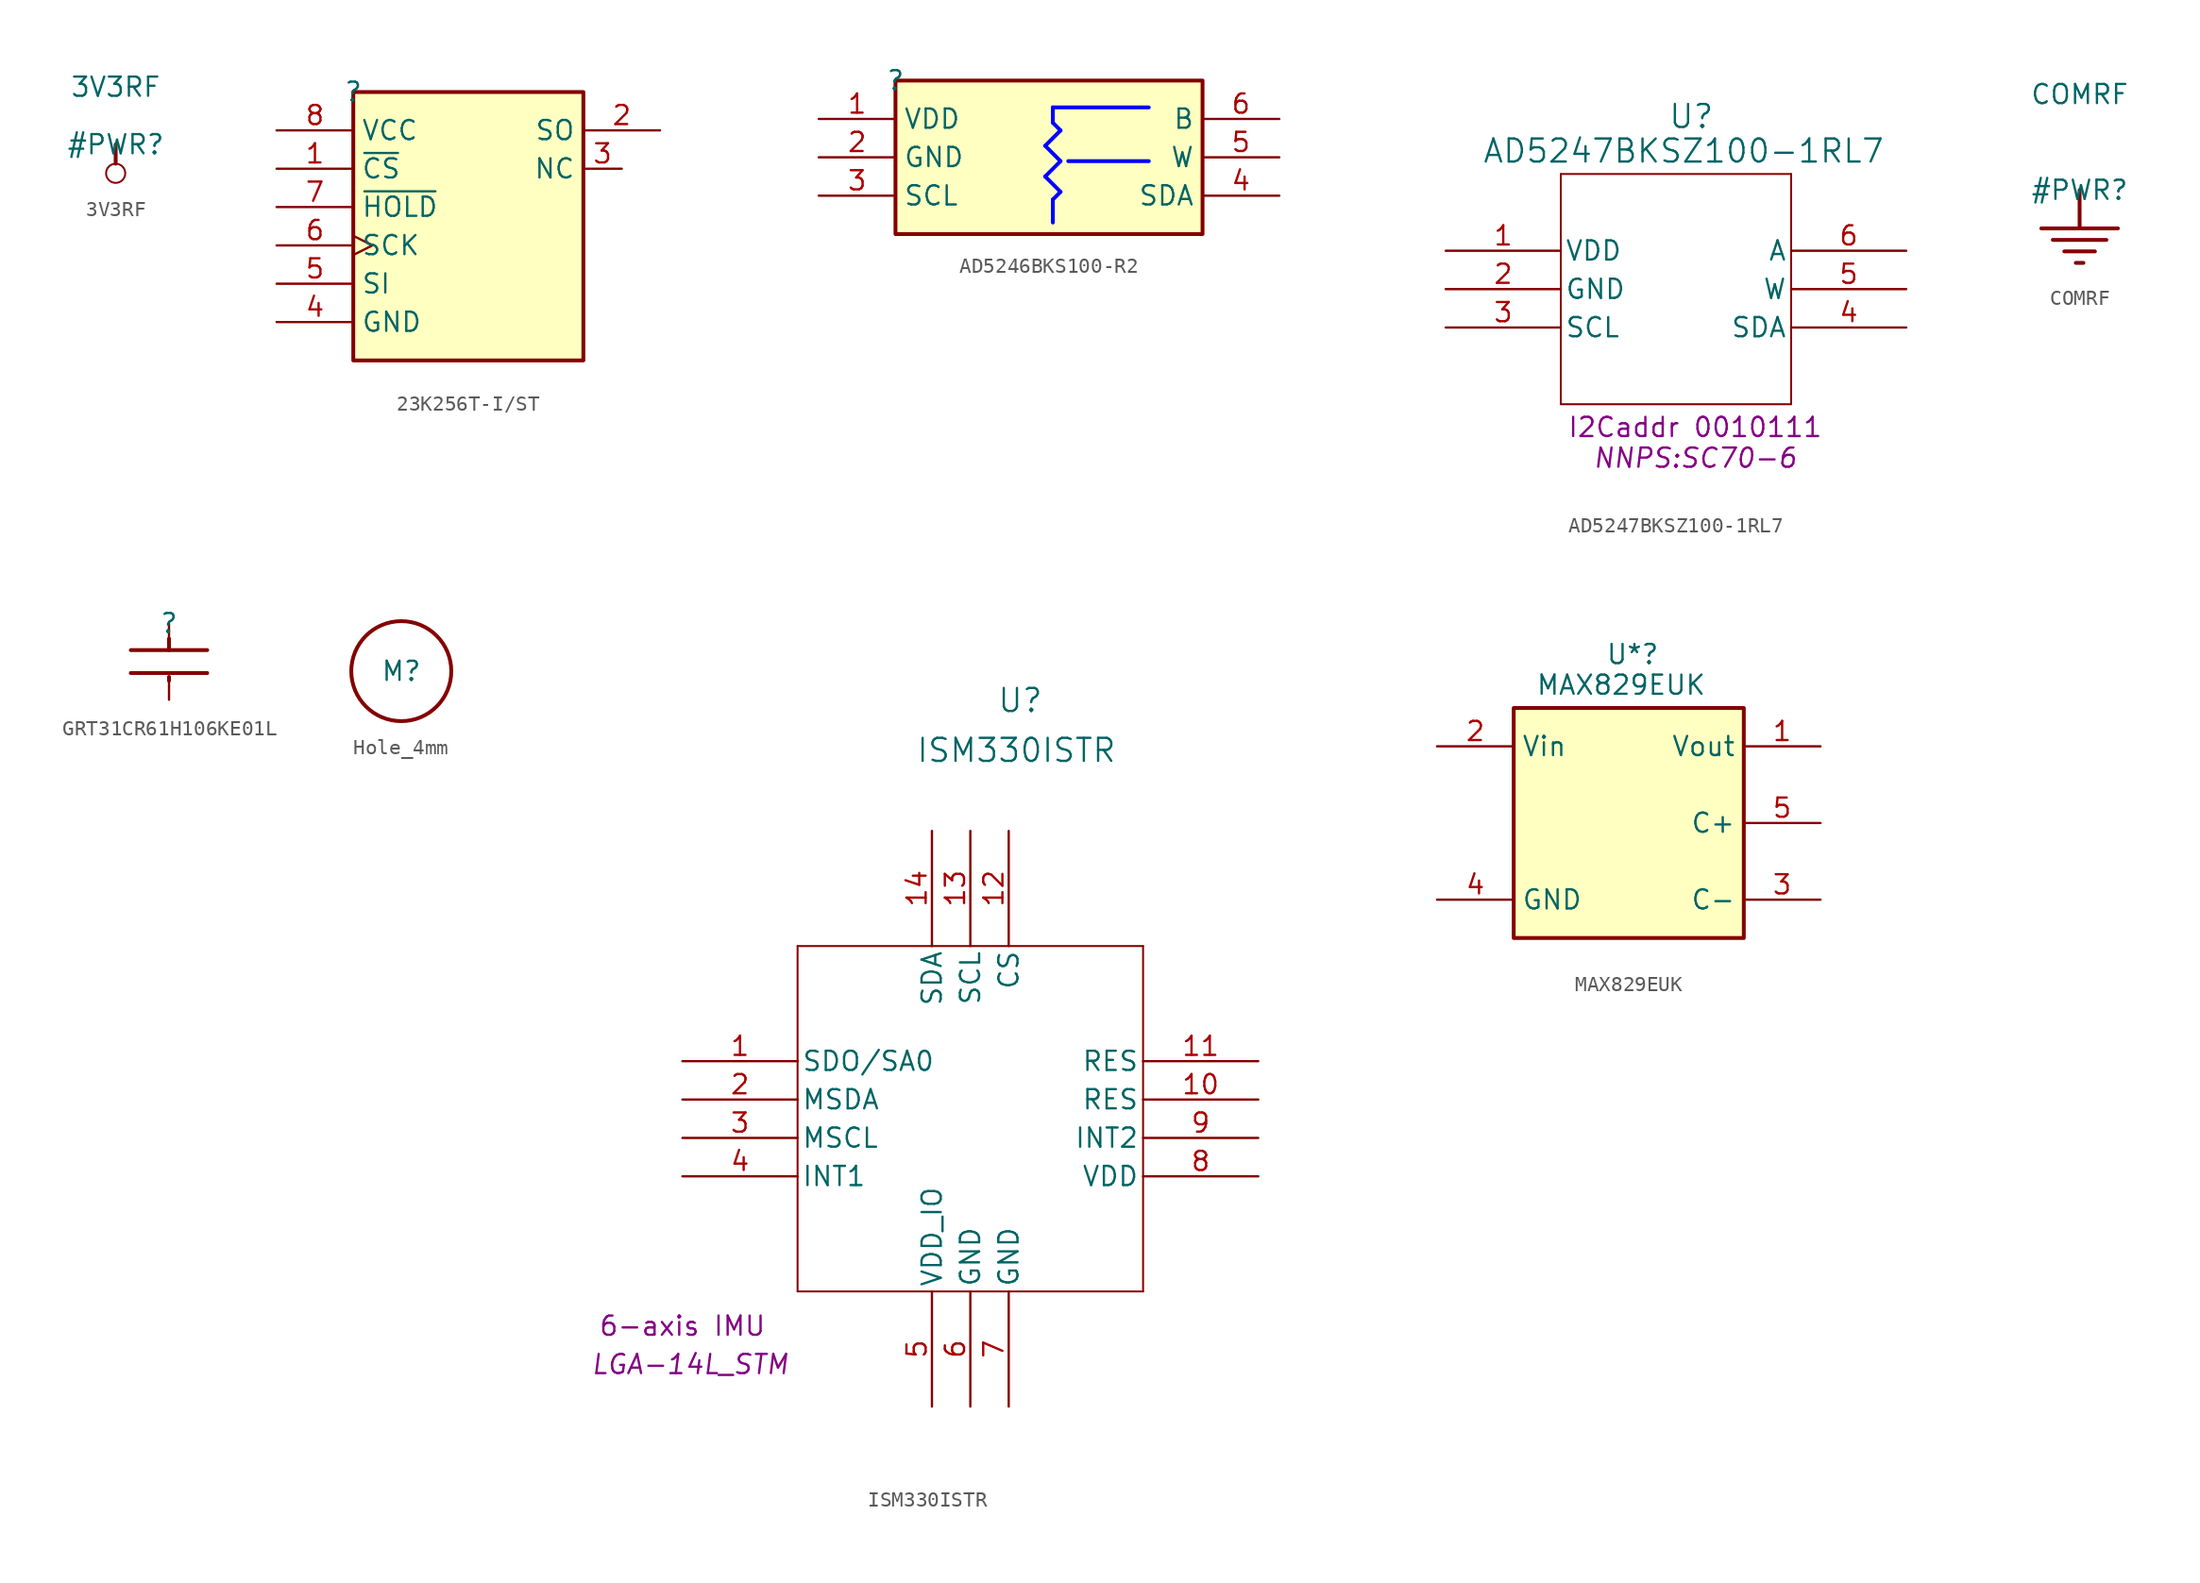
<source format=kicad_sym>
(kicad_symbol_lib
  (version 20231120)
  (generator "kicad_symbol_editor")
  (generator_version "8.0")
  (symbol "3V3RF"
    (power)
    (property "Reference" "#PWR"
      (at 0 0 0)
      (effects (font (size 1.27 1.27))))
    (property "Value" "3V3RF"
      (at 0 3.81 0)
      (effects (font (size 1.27 1.27))))
    (symbol "3V3RF_0_0"
      (circle (center 0 -1.905) (radius 0.635) (stroke (width 0.127) (type solid)) (fill (type none)))
      (polyline (pts (xy 0 0) (xy 0 -1.27)) (stroke (width 0.254) (type solid)) (fill (type none)))
      (pin power_in line (at 0 0 0) (length 0) hide (name "3V3RF" (effects (font (size 1.27 1.27)))) (number "" (effects (font (size 1.27 1.27)))))))
  (symbol "23K256T-I/ST"
    (property "Reference" ""
      (at 0 0 0)
      (effects (font (size 1.27 1.27))))
    (property "Value" ""
      (at 0 0 0)
      (effects (font (size 1.27 1.27))))
    (symbol "23K256T-I/ST_1_0"
      (rectangle (start 15.24 0) (end 0 -17.78) (stroke (width 0.254) (type solid)) (fill (type background)))
      (pin passive line (at -5.08 -5.08 0) (length 5.08) (name "~{CS}" (effects (font (size 1.27 1.27)))) (number "1" (effects (font (size 1.27 1.27)))))
      (pin passive line (at 20.32 -2.54 180) (length 5.08) (name "SO" (effects (font (size 1.27 1.27)))) (number "2" (effects (font (size 1.27 1.27)))))
      (pin passive line (at 17.78 -5.08 180) (length 2.54) (name "NC" (effects (font (size 1.27 1.27)))) (number "3" (effects (font (size 1.27 1.27)))))
      (pin passive line (at -5.08 -15.24 0) (length 5.08) (name "GND" (effects (font (size 1.27 1.27)))) (number "4" (effects (font (size 1.27 1.27)))))
      (pin passive line (at -5.08 -12.7 0) (length 5.08) (name "SI" (effects (font (size 1.27 1.27)))) (number "5" (effects (font (size 1.27 1.27)))))
      (pin passive clock (at -5.08 -10.16 0) (length 5.08) (name "SCK" (effects (font (size 1.27 1.27)))) (number "6" (effects (font (size 1.27 1.27)))))
      (pin passive line (at -5.08 -7.62 0) (length 5.08) (name "~{HOLD}" (effects (font (size 1.27 1.27)))) (number "7" (effects (font (size 1.27 1.27)))))
      (pin passive line (at -5.08 -2.54 0) (length 5.08) (name "VCC" (effects (font (size 1.27 1.27)))) (number "8" (effects (font (size 1.27 1.27)))))))
  (symbol "AD5246BKS100-R2"
    (property "Reference" ""
      (at 0 0 0)
      (effects (font (size 1.27 1.27))))
    (property "Value" ""
      (at 0 0 0)
      (effects (font (size 1.27 1.27))))
    (symbol "AD5246BKS100-R2_1_0"
      (polyline (pts (xy 9.906 -6.35) (xy 10.922 -7.366)) (stroke (width 0.254) (type solid) (color 0 0 255 1)) (fill (type none)))
      (polyline (pts (xy 9.906 -6.35) (xy 10.922 -5.334)) (stroke (width 0.254) (type solid) (color 0 0 255 1)) (fill (type none)))
      (polyline (pts (xy 9.906 -4.318) (xy 10.922 -5.334)) (stroke (width 0.254) (type solid) (color 0 0 255 1)) (fill (type none)))
      (polyline (pts (xy 9.906 -4.318) (xy 10.922 -3.302)) (stroke (width 0.254) (type solid) (color 0 0 255 1)) (fill (type none)))
      (polyline (pts (xy 10.414 -7.874) (xy 10.414 -9.398)) (stroke (width 0.254) (type solid) (color 0 0 255 1)) (fill (type none)))
      (polyline (pts (xy 10.414 -7.874) (xy 10.922 -7.366)) (stroke (width 0.254) (type solid) (color 0 0 255 1)) (fill (type none)))
      (polyline (pts (xy 10.414 -2.794) (xy 10.414 -1.778)) (stroke (width 0.254) (type solid) (color 0 0 255 1)) (fill (type none)))
      (polyline (pts (xy 10.414 -2.794) (xy 10.922 -3.302)) (stroke (width 0.254) (type solid) (color 0 0 255 1)) (fill (type none)))
      (polyline (pts (xy 10.414 -1.778) (xy 16.764 -1.778)) (stroke (width 0.254) (type solid) (color 0 0 255 1)) (fill (type none)))
      (polyline (pts (xy 16.764 -5.334) (xy 11.43 -5.334)) (stroke (width 0.254) (type solid) (color 0 0 255 1)) (fill (type none)))
      (rectangle (start 0 0) (end 20.32 -10.16) (stroke (width 0.254) (type solid)) (fill (type background)))
      (pin passive line (at -5.08 -2.54 0) (length 5.08) (name "VDD" (effects (font (size 1.27 1.27)))) (number "1" (effects (font (size 1.27 1.27)))))
      (pin passive line (at -5.08 -5.08 0) (length 5.08) (name "GND" (effects (font (size 1.27 1.27)))) (number "2" (effects (font (size 1.27 1.27)))))
      (pin passive line (at -5.08 -7.62 0) (length 5.08) (name "SCL" (effects (font (size 1.27 1.27)))) (number "3" (effects (font (size 1.27 1.27)))))
      (pin passive line (at 25.4 -7.62 180) (length 5.08) (name "SDA" (effects (font (size 1.27 1.27)))) (number "4" (effects (font (size 1.27 1.27)))))
      (pin passive line (at 25.4 -5.08 180) (length 5.08) (name "W" (effects (font (size 1.27 1.27)))) (number "5" (effects (font (size 1.27 1.27)))))
      (pin passive line (at 25.4 -2.54 180) (length 5.08) (name "B" (effects (font (size 1.27 1.27)))) (number "6" (effects (font (size 1.27 1.27)))))))
  (symbol "AD5247BKSZ100-1RL7"
    (pin_names
      (offset 0.254))
    (property "Reference" "U"
      (at 16.256 8.89 0)
      (effects (font (size 1.524 1.524))))
    (property "Value" "AD5247BKSZ100-1RL7"
      (at 15.748 6.604 0)
      (effects (font (size 1.524 1.524))))
    (property "Footprint" "NNPS:SC70-6"
      (at 16.51 -13.716 0)
      (effects (font (size 1.27 1.27) (italic yes))))
    (property "Note" "I2Caddr 0010111"
      (at 16.51 -11.684 0)
      (effects (font (size 1.27 1.27))))
    (symbol "AD5247BKSZ100-1RL7_0_1"
      (polyline (pts (xy 7.62 -10.16) (xy 22.86 -10.16)) (stroke (width 0.127) (type default)) (fill (type none)))
      (polyline (pts (xy 7.62 5.08) (xy 7.62 -10.16)) (stroke (width 0.127) (type default)) (fill (type none)))
      (polyline (pts (xy 22.86 -10.16) (xy 22.86 5.08)) (stroke (width 0.127) (type default)) (fill (type none)))
      (polyline (pts (xy 22.86 5.08) (xy 7.62 5.08)) (stroke (width 0.127) (type default)) (fill (type none))))
    (symbol "AD5247BKSZ100-1RL7_1_1"
      (pin passive line (at 0 0 0) (length 7.62) (name "VDD" (effects (font (size 1.27 1.27)))) (number "1" (effects (font (size 1.27 1.27)))))
      (pin passive line (at 0 -2.54 0) (length 7.62) (name "GND" (effects (font (size 1.27 1.27)))) (number "2" (effects (font (size 1.27 1.27)))))
      (pin passive line (at 0 -5.08 0) (length 7.62) (name "SCL" (effects (font (size 1.27 1.27)))) (number "3" (effects (font (size 1.27 1.27)))))
      (pin passive line (at 30.48 -5.08 180) (length 7.62) (name "SDA" (effects (font (size 1.27 1.27)))) (number "4" (effects (font (size 1.27 1.27)))))
      (pin passive line (at 30.48 -2.54 180) (length 7.62) (name "W" (effects (font (size 1.27 1.27)))) (number "5" (effects (font (size 1.27 1.27)))))
      (pin passive line (at 30.48 0 180) (length 7.62) (name "A" (effects (font (size 1.27 1.27)))) (number "6" (effects (font (size 1.27 1.27)))))))
  (symbol "COMRF"
    (power)
    (property "Reference" "#PWR"
      (at 0 0 0)
      (effects (font (size 1.27 1.27))))
    (property "Value" "COMRF"
      (at 0 6.35 0)
      (effects (font (size 1.27 1.27))))
    (symbol "COMRF_0_0"
      (polyline (pts (xy -2.54 -2.54) (xy 2.54 -2.54)) (stroke (width 0.254) (type solid)) (fill (type none)))
      (polyline (pts (xy -1.778 -3.302) (xy 1.778 -3.302)) (stroke (width 0.254) (type solid)) (fill (type none)))
      (polyline (pts (xy -1.016 -4.064) (xy 1.016 -4.064)) (stroke (width 0.254) (type solid)) (fill (type none)))
      (polyline (pts (xy -0.254 -4.826) (xy 0.254 -4.826)) (stroke (width 0.254) (type solid)) (fill (type none)))
      (polyline (pts (xy 0 0) (xy 0 -2.54)) (stroke (width 0.254) (type solid)) (fill (type none)))
      (pin power_in line (at 0 0 0) (length 0) hide (name "COMRF" (effects (font (size 1.27 1.27)))) (number "" (effects (font (size 1.27 1.27)))))))
  (symbol "GRT31CR61H106KE01L"
    (property "Reference" ""
      (at 0 0 0)
      (effects (font (size 1.27 1.27))))
    (property "Value" ""
      (at 0 0 0)
      (effects (font (size 1.27 1.27))))
    (symbol "GRT31CR61H106KE01L_1_0"
      (polyline (pts (xy 0 -3.556) (xy 0 -3.81)) (stroke (width 0.254) (type solid)) (fill (type none)))
      (polyline (pts (xy 0 -1.778) (xy 0 -1.016)) (stroke (width 0.254) (type solid)) (fill (type none)))
      (polyline (pts (xy 2.54 -3.302) (xy -2.54 -3.302)) (stroke (width 0.254) (type solid)) (fill (type none)))
      (polyline (pts (xy 2.54 -1.778) (xy -2.54 -1.778)) (stroke (width 0.254) (type solid)) (fill (type none)))
      (pin passive line (at 0 0 270) (length 1.778) (name "1" (effects (font (size 0 0)))) (number "1" (effects (font (size 0 0)))))
      (pin passive line (at 0 -5.08 90) (length 1.524) (name "2" (effects (font (size 0 0)))) (number "2" (effects (font (size 0 0)))))))
  (symbol "Hole_4mm"
    (property "Reference" "M"
      (at 0 0 0)
      (effects (font (size 1.27 1.27))))
    (property "Value" ""
      (at 0 0 0)
      (effects (font (size 1.27 1.27))))
    (symbol "Hole_4mm_1_1"
      (circle (center 0 0) (radius 3.312) (stroke (width 0.254) (type default)) (fill (type none)))))
  (symbol "ISM330ISTR"
    (pin_names
      (offset 0.254))
    (property "Reference" "U"
      (at 3.302 27.686 0)
      (effects (font (size 1.524 1.524))))
    (property "Value" "ISM330ISTR"
      (at 3.048 24.384 0)
      (effects (font (size 1.524 1.524))))
    (property "Footprint" "LGA-14L_STM"
      (at -18.542 -16.256 0)
      (effects (font (size 1.27 1.27) (italic yes))))
    (property "Description" "6-axis IMU"
      (at -19.05 -13.716 0)
      (effects (font (size 1.27 1.27))))
    (symbol "ISM330ISTR_0_1"
      (polyline (pts (xy -11.43 -11.43) (xy 11.43 -11.43)) (stroke (width 0.127) (type default)) (fill (type none)))
      (polyline (pts (xy -11.43 11.43) (xy -11.43 -11.43)) (stroke (width 0.127) (type default)) (fill (type none)))
      (polyline (pts (xy 11.43 -11.43) (xy 11.43 11.43)) (stroke (width 0.127) (type default)) (fill (type none)))
      (polyline (pts (xy 11.43 11.43) (xy -11.43 11.43)) (stroke (width 0.127) (type default)) (fill (type none))))
    (symbol "ISM330ISTR_1_1"
      (pin passive line (at -19.05 3.81 0) (length 7.62) (name "SDO/SA0" (effects (font (size 1.27 1.27)))) (number "1" (effects (font (size 1.27 1.27)))))
      (pin passive line (at 19.05 1.27 180) (length 7.62) (name "RES" (effects (font (size 1.27 1.27)))) (number "10" (effects (font (size 1.27 1.27)))))
      (pin passive line (at 19.05 3.81 180) (length 7.62) (name "RES" (effects (font (size 1.27 1.27)))) (number "11" (effects (font (size 1.27 1.27)))))
      (pin passive line (at 2.54 19.05 270) (length 7.62) (name "CS" (effects (font (size 1.27 1.27)))) (number "12" (effects (font (size 1.27 1.27)))))
      (pin passive line (at 0 19.05 270) (length 7.62) (name "SCL" (effects (font (size 1.27 1.27)))) (number "13" (effects (font (size 1.27 1.27)))))
      (pin passive line (at -2.54 19.05 270) (length 7.62) (name "SDA" (effects (font (size 1.27 1.27)))) (number "14" (effects (font (size 1.27 1.27)))))
      (pin passive line (at -19.05 1.27 0) (length 7.62) (name "MSDA" (effects (font (size 1.27 1.27)))) (number "2" (effects (font (size 1.27 1.27)))))
      (pin passive line (at -19.05 -1.27 0) (length 7.62) (name "MSCL" (effects (font (size 1.27 1.27)))) (number "3" (effects (font (size 1.27 1.27)))))
      (pin passive line (at -19.05 -3.81 0) (length 7.62) (name "INT1" (effects (font (size 1.27 1.27)))) (number "4" (effects (font (size 1.27 1.27)))))
      (pin passive line (at -2.54 -19.05 90) (length 7.62) (name "VDD_IO" (effects (font (size 1.27 1.27)))) (number "5" (effects (font (size 1.27 1.27)))))
      (pin passive line (at 0 -19.05 90) (length 7.62) (name "GND" (effects (font (size 1.27 1.27)))) (number "6" (effects (font (size 1.27 1.27)))))
      (pin passive line (at 2.54 -19.05 90) (length 7.62) (name "GND" (effects (font (size 1.27 1.27)))) (number "7" (effects (font (size 1.27 1.27)))))
      (pin passive line (at 19.05 -3.81 180) (length 7.62) (name "VDD" (effects (font (size 1.27 1.27)))) (number "8" (effects (font (size 1.27 1.27)))))
      (pin passive line (at 19.05 -1.27 180) (length 7.62) (name "INT2" (effects (font (size 1.27 1.27)))) (number "9" (effects (font (size 1.27 1.27)))))))
  (symbol "MAX829EUK"
    (property "Reference" "U*"
      (at 7.874 3.556 0)
      (effects (font (size 1.27 1.27))))
    (property "Value" "MAX829EUK"
      (at 7.112 1.524 0)
      (effects (font (size 1.27 1.27))))
    (symbol "MAX829EUK_1_0"
      (rectangle (start 0 0) (end 15.24 -15.24) (stroke (width 0.254) (type solid)) (fill (type background)))
      (pin passive line (at 20.32 -2.54 180) (length 5.08) (name "Vout" (effects (font (size 1.27 1.27)))) (number "1" (effects (font (size 1.27 1.27)))))
      (pin passive line (at -5.08 -2.54 0) (length 5.08) (name "Vin" (effects (font (size 1.27 1.27)))) (number "2" (effects (font (size 1.27 1.27)))))
      (pin passive line (at 20.32 -12.7 180) (length 5.08) (name "C-" (effects (font (size 1.27 1.27)))) (number "3" (effects (font (size 1.27 1.27)))))
      (pin passive line (at -5.08 -12.7 0) (length 5.08) (name "GND" (effects (font (size 1.27 1.27)))) (number "4" (effects (font (size 1.27 1.27)))))
      (pin passive line (at 20.32 -7.62 180) (length 5.08) (name "C+" (effects (font (size 1.27 1.27)))) (number "5" (effects (font (size 1.27 1.27))))))))
</source>
